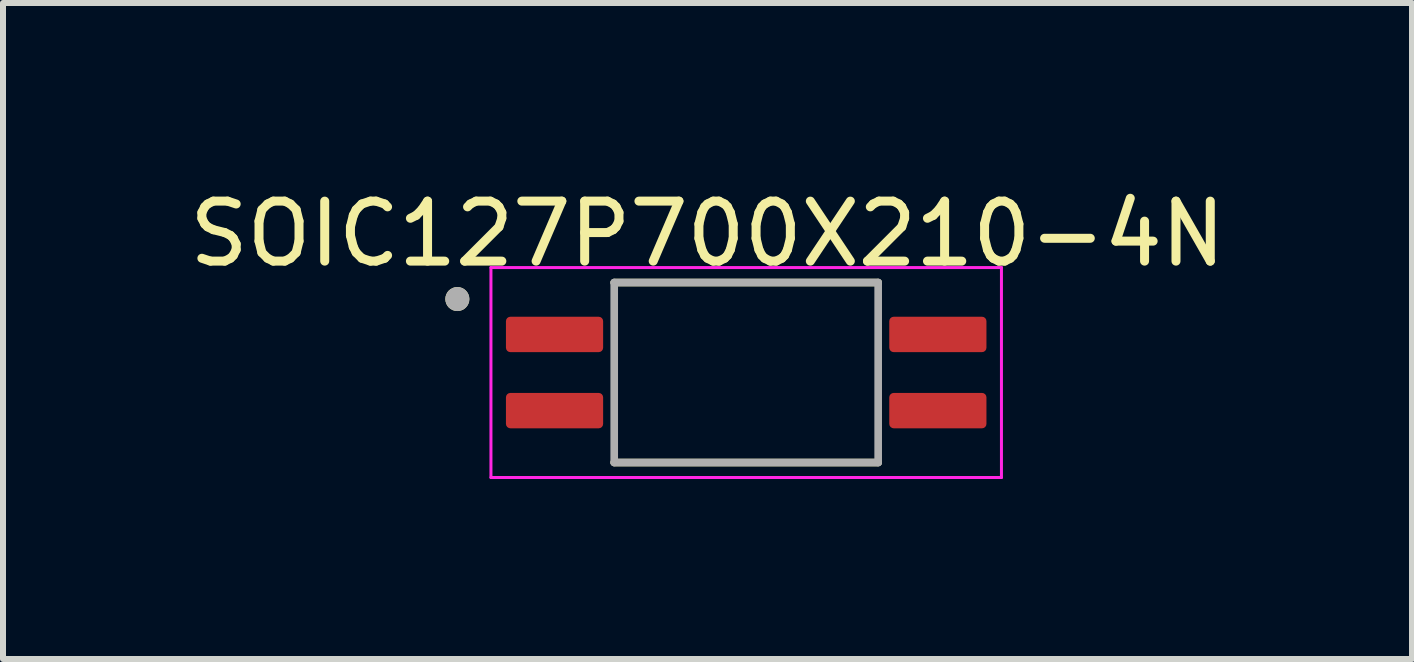
<source format=kicad_pcb>
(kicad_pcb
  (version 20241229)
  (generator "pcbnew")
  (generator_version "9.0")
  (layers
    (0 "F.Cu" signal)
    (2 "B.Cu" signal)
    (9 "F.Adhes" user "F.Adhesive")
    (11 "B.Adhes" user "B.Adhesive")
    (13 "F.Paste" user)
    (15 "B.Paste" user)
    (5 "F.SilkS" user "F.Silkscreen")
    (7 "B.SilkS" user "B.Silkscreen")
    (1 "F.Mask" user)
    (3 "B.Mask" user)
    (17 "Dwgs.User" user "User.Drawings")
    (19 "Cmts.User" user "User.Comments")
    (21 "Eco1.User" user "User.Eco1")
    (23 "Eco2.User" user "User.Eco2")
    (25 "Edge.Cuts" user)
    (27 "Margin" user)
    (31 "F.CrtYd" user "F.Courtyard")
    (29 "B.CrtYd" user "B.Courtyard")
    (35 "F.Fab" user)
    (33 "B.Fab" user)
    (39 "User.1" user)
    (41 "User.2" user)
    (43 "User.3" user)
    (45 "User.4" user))
  (footprint "SOIC127P700X210-4N"
    (layer "F.Cu")
    (at 9.389 3.16)
    (property "Reference" "SOIC127P700X210-4N" (at -0.645 -2.312 0) (layer "F.SilkS") (effects (font (size 1 1) (thickness 0.15))))
    (attr smd)
    (fp_line (start -2.2 -1.5) (end 2.2 -1.5) (stroke (width 0.127) (type solid)) (layer "F.SilkS"))
    (fp_line (start -2.2 1.5) (end 2.2 1.5) (stroke (width 0.127) (type solid)) (layer "F.SilkS"))
    (fp_circle (center -4.815 -1.225) (end -4.715 -1.225) (stroke (width 0.2) (type solid)) (fill no) (layer "F.SilkS"))
    (fp_line (start -4.255 -1.75) (end -4.255 1.75) (stroke (width 0.05) (type solid)) (layer "F.CrtYd"))
    (fp_line (start -4.255 -1.75) (end 4.255 -1.75) (stroke (width 0.05) (type solid)) (layer "F.CrtYd"))
    (fp_line (start -4.255 1.75) (end 4.255 1.75) (stroke (width 0.05) (type solid)) (layer "F.CrtYd"))
    (fp_line (start 4.255 -1.75) (end 4.255 1.75) (stroke (width 0.05) (type solid)) (layer "F.CrtYd"))
    (fp_line (start -2.2 -1.5) (end -2.2 1.5) (stroke (width 0.127) (type solid)) (layer "F.Fab"))
    (fp_line (start -2.2 -1.5) (end 2.2 -1.5) (stroke (width 0.127) (type solid)) (layer "F.Fab"))
    (fp_line (start -2.2 1.5) (end 2.2 1.5) (stroke (width 0.127) (type solid)) (layer "F.Fab"))
    (fp_line (start 2.2 -1.5) (end 2.2 1.5) (stroke (width 0.127) (type solid)) (layer "F.Fab"))
    (fp_circle (center -4.815 -1.225) (end -4.715 -1.225) (stroke (width 0.2) (type solid)) (fill no) (layer "F.Fab"))
    (pad "1" smd roundrect (at -3.195 -0.635) (size 1.62 0.59) (layers "F.Cu" "F.Mask" "F.Paste") (roundrect_rratio 0.125))
    (pad "2" smd roundrect (at -3.195 0.635) (size 1.62 0.59) (layers "F.Cu" "F.Mask" "F.Paste") (roundrect_rratio 0.125))
    (pad "3" smd roundrect (at 3.195 0.635) (size 1.62 0.59) (layers "F.Cu" "F.Mask" "F.Paste") (roundrect_rratio 0.125))
    (pad "4" smd roundrect (at 3.195 -0.635) (size 1.62 0.59) (layers "F.Cu" "F.Mask" "F.Paste") (roundrect_rratio 0.125)))
  (gr_rect
    (start -3 -3)
    (end 20.488 7.935)
    (stroke (width 0.1) (type default))
    (fill no)
    (layer "Edge.Cuts")))
</source>
